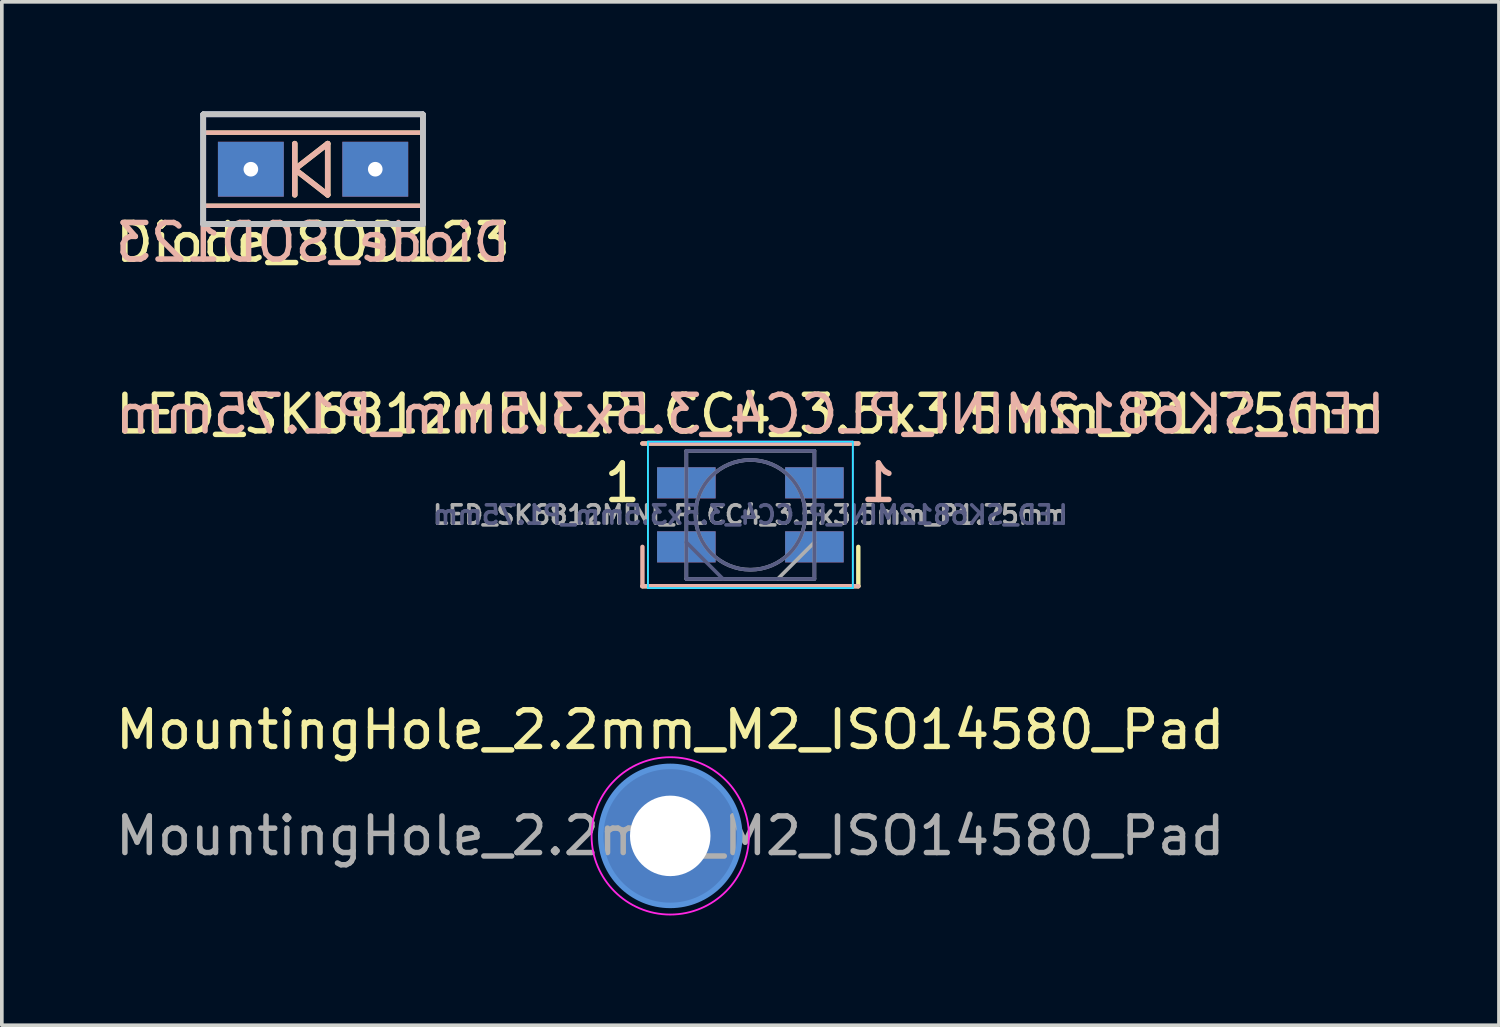
<source format=kicad_pcb>
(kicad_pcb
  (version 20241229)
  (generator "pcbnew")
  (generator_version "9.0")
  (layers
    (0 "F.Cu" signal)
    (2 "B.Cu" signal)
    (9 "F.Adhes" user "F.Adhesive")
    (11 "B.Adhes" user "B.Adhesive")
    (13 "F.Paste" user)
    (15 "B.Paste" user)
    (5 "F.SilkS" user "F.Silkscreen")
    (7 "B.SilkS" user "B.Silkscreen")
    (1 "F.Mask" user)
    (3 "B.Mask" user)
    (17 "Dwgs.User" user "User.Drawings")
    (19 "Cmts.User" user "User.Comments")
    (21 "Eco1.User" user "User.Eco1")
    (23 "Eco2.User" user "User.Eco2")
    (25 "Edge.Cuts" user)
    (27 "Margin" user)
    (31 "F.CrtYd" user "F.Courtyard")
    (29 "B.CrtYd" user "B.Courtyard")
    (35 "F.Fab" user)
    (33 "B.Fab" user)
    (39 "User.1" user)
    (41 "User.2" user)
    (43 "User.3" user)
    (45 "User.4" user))
  (footprint "Diode_SOD123"
    (placed yes)
    (layer "F.Cu")
    (at 5.506 1.575)
    (property "Reference" "Diode_SOD123" (at 0 2 0) (layer "F.SilkS") (effects (font (size 1 1) (thickness 0.15))))
    (attr through_hole)
    (fp_line (start -3 -1) (end 3 -1) (stroke (width 0.12) (type solid)) (layer "F.SilkS"))
    (fp_line (start -3 1) (end -3 -1) (stroke (width 0.12) (type solid)) (layer "F.SilkS"))
    (fp_line (start -0.5 -0.7) (end -0.5 0.7) (stroke (width 0.15) (type solid)) (layer "F.SilkS"))
    (fp_line (start -0.5 0) (end 0.4 -0.7) (stroke (width 0.15) (type solid)) (layer "F.SilkS"))
    (fp_line (start 0.4 -0.7) (end 0.4 0.7) (stroke (width 0.15) (type solid)) (layer "F.SilkS"))
    (fp_line (start 0.4 0.7) (end -0.5 0) (stroke (width 0.15) (type solid)) (layer "F.SilkS"))
    (fp_line (start 3 -1) (end 3 1) (stroke (width 0.12) (type solid)) (layer "F.SilkS"))
    (fp_line (start 3 1) (end -3 1) (stroke (width 0.12) (type solid)) (layer "F.SilkS"))
    (fp_line (start -3 -1) (end 3 -1) (stroke (width 0.12) (type solid)) (layer "B.SilkS"))
    (fp_line (start -3 1) (end -3 -1) (stroke (width 0.12) (type solid)) (layer "B.SilkS"))
    (fp_line (start -0.5 -0.7) (end -0.5 0.7) (stroke (width 0.15) (type solid)) (layer "B.SilkS"))
    (fp_line (start -0.5 0) (end 0.4 -0.7) (stroke (width 0.15) (type solid)) (layer "B.SilkS"))
    (fp_line (start 0.4 -0.7) (end 0.4 0.7) (stroke (width 0.15) (type solid)) (layer "B.SilkS"))
    (fp_line (start 0.4 0.7) (end -0.5 0) (stroke (width 0.15) (type solid)) (layer "B.SilkS"))
    (fp_line (start 3 -1) (end 3 1) (stroke (width 0.12) (type solid)) (layer "B.SilkS"))
    (fp_line (start 3 1) (end -3 1) (stroke (width 0.12) (type solid)) (layer "B.SilkS"))
    (fp_line (start -3 -1.5) (end -3 1.5) (stroke (width 0.15) (type solid)) (layer "Dwgs.User"))
    (fp_line (start -3 -1.5) (end -3 1.5) (stroke (width 0.15) (type solid)) (layer "Dwgs.User"))
    (fp_line (start -3 -1.5) (end -3 1.5) (stroke (width 0.15) (type solid)) (layer "Dwgs.User"))
    (fp_line (start -3 -1.5) (end 3 -1.5) (stroke (width 0.15) (type solid)) (layer "Dwgs.User"))
    (fp_line (start -3 -1.5) (end 3 -1.5) (stroke (width 0.15) (type solid)) (layer "Dwgs.User"))
    (fp_line (start -3 1.5) (end 3 1.5) (stroke (width 0.15) (type solid)) (layer "Dwgs.User"))
    (fp_line (start -3 1.5) (end 3 1.5) (stroke (width 0.15) (type solid)) (layer "Dwgs.User"))
    (fp_line (start 3 -1.5) (end -3 -1.5) (stroke (width 0.15) (type solid)) (layer "Dwgs.User"))
    (fp_line (start 3 -1.5) (end 3 1.5) (stroke (width 0.15) (type solid)) (layer "Dwgs.User"))
    (fp_line (start 3 -1.5) (end 3 1.5) (stroke (width 0.15) (type solid)) (layer "Dwgs.User"))
    (fp_line (start 3 -1.5) (end 3 1.5) (stroke (width 0.15) (type solid)) (layer "Dwgs.User"))
    (fp_line (start 3 1.5) (end -3 1.5) (stroke (width 0.15) (type solid)) (layer "Dwgs.User"))
    (fp_poly (pts (xy -3 -1.5) (xy 3 -1.5) (xy 3 1.5) (xy -3 1.5)) (stroke (width 0.15) (type solid)) (fill no) (layer "B.CrtYd"))
    (fp_poly (pts (xy 3 -1.5) (xy -3 -1.5) (xy -3 1.5) (xy 3 1.5)) (stroke (width 0.15) (type solid)) (fill no) (layer "F.CrtYd"))
    (fp_text user "${REFERENCE}" (at 0 2 0) (layer "B.SilkS") (effects (font (size 1 1) (thickness 0.15)) (justify mirror)))
    (pad "1" thru_hole rect (at -1.7 0) (size 1.8 1.5) (drill 0.4) (layers "*.Cu" "*.Mask"))
    (pad "2" thru_hole rect (at 1.7 0) (size 1.8 1.5) (drill 0.4) (layers "*.Cu" "*.Mask")))
  (footprint "MountingHole_2.2mm_M2_ISO14580_Pad"
    (layer "F.Cu")
    (at 15.268 19.795)
    (property "Reference" "MountingHole_2.2mm_M2_ISO14580_Pad" (at 0 -2.9 0) (layer "F.SilkS") (effects (font (size 1 1) (thickness 0.15))))
    (attr exclude_from_pos_files exclude_from_bom)
    (fp_circle (center 0 0) (end 1.9 0) (stroke (width 0.15) (type solid)) (fill no) (layer "Cmts.User"))
    (fp_circle (center 0 0) (end 2.15 0) (stroke (width 0.05) (type solid)) (fill no) (layer "F.CrtYd"))
    (fp_text user "${REFERENCE}" (at 0 0 0) (layer "F.Fab") (effects (font (size 1 1) (thickness 0.15))))
    (pad "" thru_hole circle (at 0 0) (size 3.8 3.8) (drill 2.2) (layers "*.Cu" "*.Mask")))
  (footprint "LED_SK6812MINI_PLCC4_3.5x3.5mm_P1.75mm"
    (layer "F.Cu")
    (at 17.458 11.021)
    (property "Reference" "LED_SK6812MINI_PLCC4_3.5x3.5mm_P1.75mm" (at 0 -2.75 0) (layer "F.SilkS") (effects (font (size 1 1) (thickness 0.15))))
    (attr smd)
    (fp_line (start -2.95 -1.95) (end 2.95 -1.95) (stroke (width 0.12) (type solid)) (layer "F.SilkS"))
    (fp_line (start -2.95 1.95) (end 2.95 1.95) (stroke (width 0.12) (type solid)) (layer "F.SilkS"))
    (fp_line (start 2.95 1.95) (end 2.95 0.875) (stroke (width 0.12) (type solid)) (layer "F.SilkS"))
    (fp_line (start -2.95 1.95) (end -2.95 0.875) (stroke (width 0.12) (type solid)) (layer "B.SilkS"))
    (fp_line (start 2.95 -1.95) (end -2.95 -1.95) (stroke (width 0.12) (type solid)) (layer "B.SilkS"))
    (fp_line (start 2.95 1.95) (end -2.95 1.95) (stroke (width 0.12) (type solid)) (layer "B.SilkS"))
    (fp_line (start -2.8 -2) (end 2.8 -2) (stroke (width 0.05) (type solid)) (layer "B.CrtYd"))
    (fp_line (start -2.8 2) (end -2.8 -2) (stroke (width 0.05) (type solid)) (layer "B.CrtYd"))
    (fp_line (start 2.8 -2) (end 2.8 2) (stroke (width 0.05) (type solid)) (layer "B.CrtYd"))
    (fp_line (start 2.8 2) (end -2.8 2) (stroke (width 0.05) (type solid)) (layer "B.CrtYd"))
    (fp_line (start -2.8 -2) (end -2.8 2) (stroke (width 0.05) (type solid)) (layer "F.CrtYd"))
    (fp_line (start -2.8 2) (end 2.8 2) (stroke (width 0.05) (type solid)) (layer "F.CrtYd"))
    (fp_line (start 2.8 -2) (end -2.8 -2) (stroke (width 0.05) (type solid)) (layer "F.CrtYd"))
    (fp_line (start 2.8 2) (end 2.8 -2) (stroke (width 0.05) (type solid)) (layer "F.CrtYd"))
    (fp_line (start -1.75 -1.75) (end 1.75 -1.75) (stroke (width 0.1) (type solid)) (layer "B.Fab"))
    (fp_line (start -1.75 0.75) (end -0.75 1.75) (stroke (width 0.1) (type solid)) (layer "B.Fab"))
    (fp_line (start -1.75 1.75) (end -1.75 -1.75) (stroke (width 0.1) (type solid)) (layer "B.Fab"))
    (fp_line (start 1.75 -1.75) (end 1.75 1.75) (stroke (width 0.1) (type solid)) (layer "B.Fab"))
    (fp_line (start 1.75 1.75) (end -1.75 1.75) (stroke (width 0.1) (type solid)) (layer "B.Fab"))
    (fp_circle (center 0 0) (end 0 -1.5) (stroke (width 0.1) (type solid)) (fill no) (layer "B.Fab"))
    (fp_line (start -1.75 -1.75) (end -1.75 1.75) (stroke (width 0.1) (type solid)) (layer "F.Fab"))
    (fp_line (start -1.75 1.75) (end 1.75 1.75) (stroke (width 0.1) (type solid)) (layer "F.Fab"))
    (fp_line (start 1.75 -1.75) (end -1.75 -1.75) (stroke (width 0.1) (type solid)) (layer "F.Fab"))
    (fp_line (start 1.75 0.75) (end 0.75 1.75) (stroke (width 0.1) (type solid)) (layer "F.Fab"))
    (fp_line (start 1.75 1.75) (end 1.75 -1.75) (stroke (width 0.1) (type solid)) (layer "F.Fab"))
    (fp_circle (center 0 0) (end 0 -1.5) (stroke (width 0.1) (type solid)) (fill no) (layer "F.Fab"))
    (fp_text user "1" (at -3.5 -0.875 0) (layer "F.SilkS") (effects (font (size 1 1) (thickness 0.15))))
    (fp_text user "${REFERENCE}" (at 0 -2.75 0) (layer "B.SilkS") (effects (font (size 1 1) (thickness 0.15)) (justify mirror)))
    (fp_text user "1" (at 3.5 -0.875 0) (layer "B.SilkS") (effects (font (size 1 1) (thickness 0.15)) (justify mirror)))
    (fp_text user "${REFERENCE}" (at 0 0 0) (layer "B.Fab") (effects (font (size 0.5 0.5) (thickness 0.1)) (justify mirror)))
    (fp_text user "${REFERENCE}" (at 0 0 0) (layer "F.Fab") (effects (font (size 0.5 0.5) (thickness 0.1))))
    (pad "1" smd rect (at -1.75 -0.875) (size 1.6 0.85) (layers "F.Cu" "F.Mask" "F.Paste"))
    (pad "1" smd rect (at 1.75 -0.875) (size 1.6 0.85) (layers "B.Cu" "B.Mask" "B.Paste"))
    (pad "2" smd rect (at -1.75 0.875) (size 1.6 0.85) (layers "F.Cu" "F.Mask" "F.Paste"))
    (pad "2" smd rect (at 1.75 0.875) (size 1.6 0.85) (layers "B.Cu" "B.Mask" "B.Paste"))
    (pad "3" smd rect (at -1.75 0.875) (size 1.6 0.85) (layers "B.Cu" "B.Mask" "B.Paste"))
    (pad "3" smd rect (at 1.75 0.875) (size 1.6 0.85) (layers "F.Cu" "F.Mask" "F.Paste"))
    (pad "4" smd rect (at -1.75 -0.875) (size 1.6 0.85) (layers "B.Cu" "B.Mask" "B.Paste"))
    (pad "4" smd rect (at 1.75 -0.875) (size 1.6 0.85) (layers "F.Cu" "F.Mask" "F.Paste")))
  (gr_rect
    (start -3 -3)
    (end 37.917 24.97)
    (stroke (width 0.1) (type default))
    (fill no)
    (layer "Edge.Cuts")))
</source>
